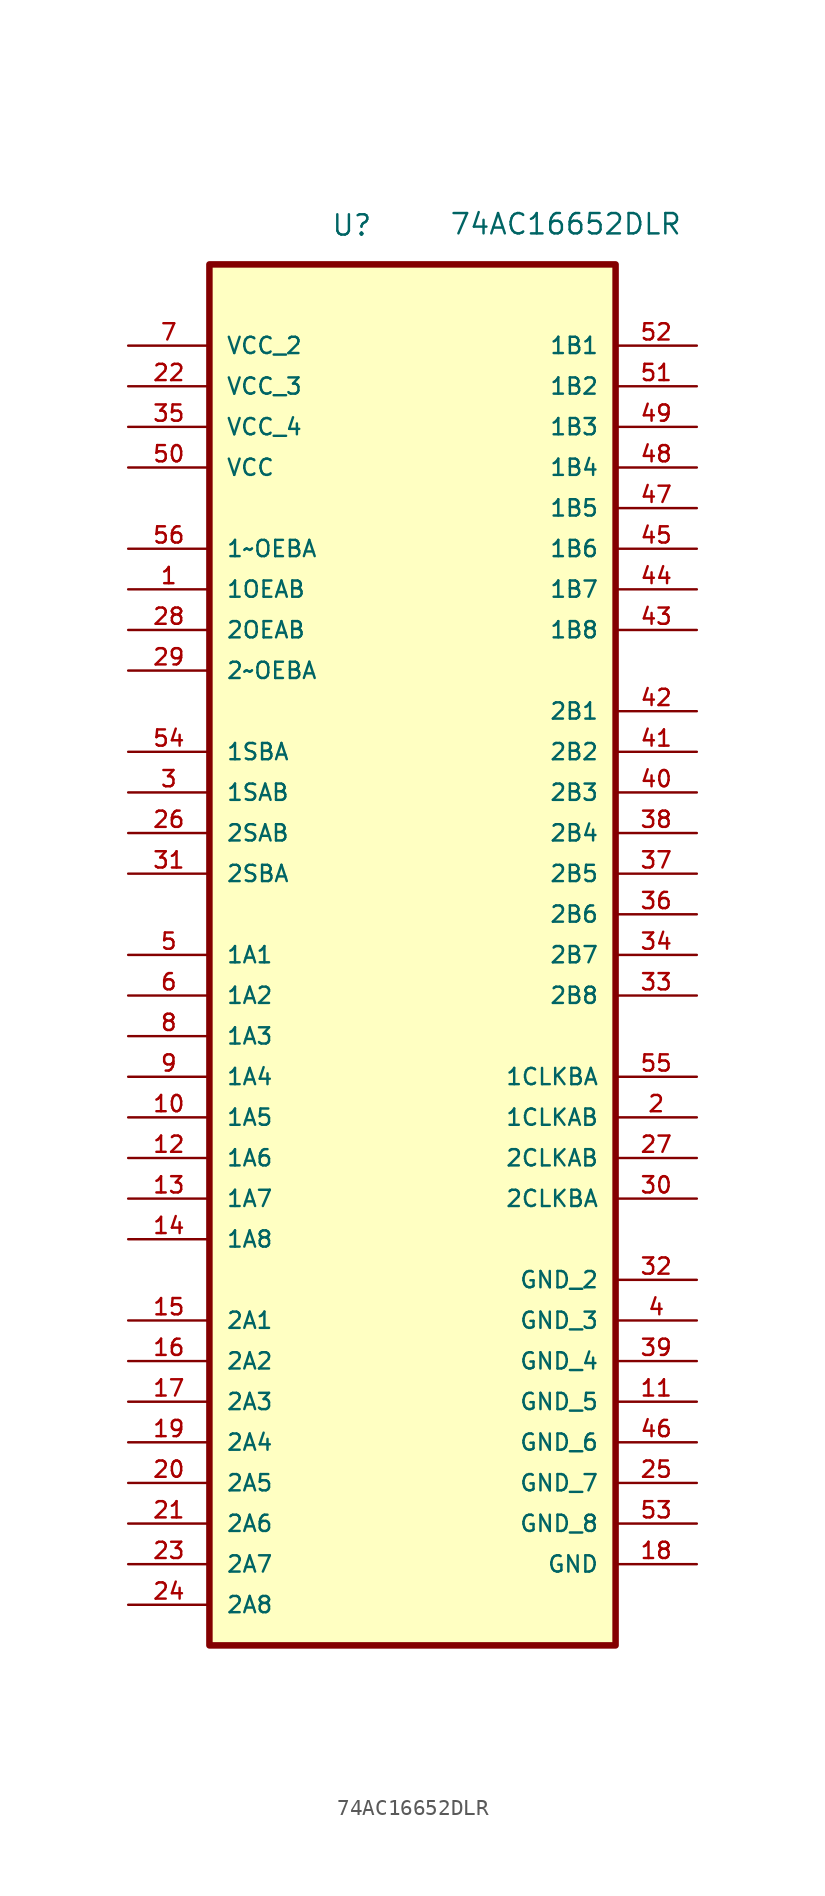
<source format=kicad_sym>
(kicad_symbol_lib
  (version 20231120)
  (generator "kicad_symbol_editor")
  (generator_version "8.0")
  (symbol "74AC16652DLR"
    (pin_names
      (offset 1.016))
    (property "Reference" "U"
      (at -5.105 60.122 0)
      (effects (font (size 1.27 1.27)) (justify left bottom)))
    (property "Value" "74AC16652DLR"
      (at 2.286 60.198 0)
      (effects (font (size 1.27 1.27)) (justify left bottom)))
    (symbol "74AC16652DLR_0_0"
      (rectangle (start -12.7 58.42) (end 12.7 -27.94) (stroke (width 0.406) (type default)) (fill (type background)))
      (pin input line (at -17.78 38.1 0) (length 5.08) (name "1OEAB" (effects (font (size 1.016 1.016)))) (number "1" (effects (font (size 1.016 1.016)))))
      (pin bidirectional line (at -17.78 5.08 0) (length 5.08) (name "1A5" (effects (font (size 1.016 1.016)))) (number "10" (effects (font (size 1.016 1.016)))))
      (pin passive line (at 17.78 -12.7 180) (length 5.08) (name "GND_5" (effects (font (size 1.016 1.016)))) (number "11" (effects (font (size 1.016 1.016)))))
      (pin bidirectional line (at -17.78 2.54 0) (length 5.08) (name "1A6" (effects (font (size 1.016 1.016)))) (number "12" (effects (font (size 1.016 1.016)))))
      (pin bidirectional line (at -17.78 0 0) (length 5.08) (name "1A7" (effects (font (size 1.016 1.016)))) (number "13" (effects (font (size 1.016 1.016)))))
      (pin bidirectional line (at -17.78 -2.54 0) (length 5.08) (name "1A8" (effects (font (size 1.016 1.016)))) (number "14" (effects (font (size 1.016 1.016)))))
      (pin bidirectional line (at -17.78 -7.62 0) (length 5.08) (name "2A1" (effects (font (size 1.016 1.016)))) (number "15" (effects (font (size 1.016 1.016)))))
      (pin bidirectional line (at -17.78 -10.16 0) (length 5.08) (name "2A2" (effects (font (size 1.016 1.016)))) (number "16" (effects (font (size 1.016 1.016)))))
      (pin bidirectional line (at -17.78 -12.7 0) (length 5.08) (name "2A3" (effects (font (size 1.016 1.016)))) (number "17" (effects (font (size 1.016 1.016)))))
      (pin passive line (at 17.78 -22.86 180) (length 5.08) (name "GND" (effects (font (size 1.016 1.016)))) (number "18" (effects (font (size 1.016 1.016)))))
      (pin bidirectional line (at -17.78 -15.24 0) (length 5.08) (name "2A4" (effects (font (size 1.016 1.016)))) (number "19" (effects (font (size 1.016 1.016)))))
      (pin input line (at 17.78 5.08 180) (length 5.08) (name "1CLKAB" (effects (font (size 1.016 1.016)))) (number "2" (effects (font (size 1.016 1.016)))))
      (pin bidirectional line (at -17.78 -17.78 0) (length 5.08) (name "2A5" (effects (font (size 1.016 1.016)))) (number "20" (effects (font (size 1.016 1.016)))))
      (pin bidirectional line (at -17.78 -20.32 0) (length 5.08) (name "2A6" (effects (font (size 1.016 1.016)))) (number "21" (effects (font (size 1.016 1.016)))))
      (pin power_in line (at -17.78 50.8 0) (length 5.08) (name "VCC_3" (effects (font (size 1.016 1.016)))) (number "22" (effects (font (size 1.016 1.016)))))
      (pin bidirectional line (at -17.78 -22.86 0) (length 5.08) (name "2A7" (effects (font (size 1.016 1.016)))) (number "23" (effects (font (size 1.016 1.016)))))
      (pin bidirectional line (at -17.78 -25.4 0) (length 5.08) (name "2A8" (effects (font (size 1.016 1.016)))) (number "24" (effects (font (size 1.016 1.016)))))
      (pin passive line (at 17.78 -17.78 180) (length 5.08) (name "GND_7" (effects (font (size 1.016 1.016)))) (number "25" (effects (font (size 1.016 1.016)))))
      (pin input line (at -17.78 22.86 0) (length 5.08) (name "2SAB" (effects (font (size 1.016 1.016)))) (number "26" (effects (font (size 1.016 1.016)))))
      (pin input line (at 17.78 2.54 180) (length 5.08) (name "2CLKAB" (effects (font (size 1.016 1.016)))) (number "27" (effects (font (size 1.016 1.016)))))
      (pin input line (at -17.78 35.56 0) (length 5.08) (name "2OEAB" (effects (font (size 1.016 1.016)))) (number "28" (effects (font (size 1.016 1.016)))))
      (pin input line (at -17.78 33.02 0) (length 5.08) (name "2~OEBA" (effects (font (size 1.016 1.016)))) (number "29" (effects (font (size 1.016 1.016)))))
      (pin input line (at -17.78 25.4 0) (length 5.08) (name "1SAB" (effects (font (size 1.016 1.016)))) (number "3" (effects (font (size 1.016 1.016)))))
      (pin input line (at 17.78 0 180) (length 5.08) (name "2CLKBA" (effects (font (size 1.016 1.016)))) (number "30" (effects (font (size 1.016 1.016)))))
      (pin input line (at -17.78 20.32 0) (length 5.08) (name "2SBA" (effects (font (size 1.016 1.016)))) (number "31" (effects (font (size 1.016 1.016)))))
      (pin passive line (at 17.78 -5.08 180) (length 5.08) (name "GND_2" (effects (font (size 1.016 1.016)))) (number "32" (effects (font (size 1.016 1.016)))))
      (pin bidirectional line (at 17.78 12.7 180) (length 5.08) (name "2B8" (effects (font (size 1.016 1.016)))) (number "33" (effects (font (size 1.016 1.016)))))
      (pin bidirectional line (at 17.78 15.24 180) (length 5.08) (name "2B7" (effects (font (size 1.016 1.016)))) (number "34" (effects (font (size 1.016 1.016)))))
      (pin power_in line (at -17.78 48.26 0) (length 5.08) (name "VCC_4" (effects (font (size 1.016 1.016)))) (number "35" (effects (font (size 1.016 1.016)))))
      (pin bidirectional line (at 17.78 17.78 180) (length 5.08) (name "2B6" (effects (font (size 1.016 1.016)))) (number "36" (effects (font (size 1.016 1.016)))))
      (pin bidirectional line (at 17.78 20.32 180) (length 5.08) (name "2B5" (effects (font (size 1.016 1.016)))) (number "37" (effects (font (size 1.016 1.016)))))
      (pin bidirectional line (at 17.78 22.86 180) (length 5.08) (name "2B4" (effects (font (size 1.016 1.016)))) (number "38" (effects (font (size 1.016 1.016)))))
      (pin passive line (at 17.78 -10.16 180) (length 5.08) (name "GND_4" (effects (font (size 1.016 1.016)))) (number "39" (effects (font (size 1.016 1.016)))))
      (pin passive line (at 17.78 -7.62 180) (length 5.08) (name "GND_3" (effects (font (size 1.016 1.016)))) (number "4" (effects (font (size 1.016 1.016)))))
      (pin bidirectional line (at 17.78 25.4 180) (length 5.08) (name "2B3" (effects (font (size 1.016 1.016)))) (number "40" (effects (font (size 1.016 1.016)))))
      (pin bidirectional line (at 17.78 27.94 180) (length 5.08) (name "2B2" (effects (font (size 1.016 1.016)))) (number "41" (effects (font (size 1.016 1.016)))))
      (pin bidirectional line (at 17.78 30.48 180) (length 5.08) (name "2B1" (effects (font (size 1.016 1.016)))) (number "42" (effects (font (size 1.016 1.016)))))
      (pin bidirectional line (at 17.78 35.56 180) (length 5.08) (name "1B8" (effects (font (size 1.016 1.016)))) (number "43" (effects (font (size 1.016 1.016)))))
      (pin bidirectional line (at 17.78 38.1 180) (length 5.08) (name "1B7" (effects (font (size 1.016 1.016)))) (number "44" (effects (font (size 1.016 1.016)))))
      (pin bidirectional line (at 17.78 40.64 180) (length 5.08) (name "1B6" (effects (font (size 1.016 1.016)))) (number "45" (effects (font (size 1.016 1.016)))))
      (pin passive line (at 17.78 -15.24 180) (length 5.08) (name "GND_6" (effects (font (size 1.016 1.016)))) (number "46" (effects (font (size 1.016 1.016)))))
      (pin bidirectional line (at 17.78 43.18 180) (length 5.08) (name "1B5" (effects (font (size 1.016 1.016)))) (number "47" (effects (font (size 1.016 1.016)))))
      (pin bidirectional line (at 17.78 45.72 180) (length 5.08) (name "1B4" (effects (font (size 1.016 1.016)))) (number "48" (effects (font (size 1.016 1.016)))))
      (pin bidirectional line (at 17.78 48.26 180) (length 5.08) (name "1B3" (effects (font (size 1.016 1.016)))) (number "49" (effects (font (size 1.016 1.016)))))
      (pin bidirectional line (at -17.78 15.24 0) (length 5.08) (name "1A1" (effects (font (size 1.016 1.016)))) (number "5" (effects (font (size 1.016 1.016)))))
      (pin power_in line (at -17.78 45.72 0) (length 5.08) (name "VCC" (effects (font (size 1.016 1.016)))) (number "50" (effects (font (size 1.016 1.016)))))
      (pin bidirectional line (at 17.78 50.8 180) (length 5.08) (name "1B2" (effects (font (size 1.016 1.016)))) (number "51" (effects (font (size 1.016 1.016)))))
      (pin bidirectional line (at 17.78 53.34 180) (length 5.08) (name "1B1" (effects (font (size 1.016 1.016)))) (number "52" (effects (font (size 1.016 1.016)))))
      (pin passive line (at 17.78 -20.32 180) (length 5.08) (name "GND_8" (effects (font (size 1.016 1.016)))) (number "53" (effects (font (size 1.016 1.016)))))
      (pin input line (at -17.78 27.94 0) (length 5.08) (name "1SBA" (effects (font (size 1.016 1.016)))) (number "54" (effects (font (size 1.016 1.016)))))
      (pin input line (at 17.78 7.62 180) (length 5.08) (name "1CLKBA" (effects (font (size 1.016 1.016)))) (number "55" (effects (font (size 1.016 1.016)))))
      (pin input line (at -17.78 40.64 0) (length 5.08) (name "1~OEBA" (effects (font (size 1.016 1.016)))) (number "56" (effects (font (size 1.016 1.016)))))
      (pin bidirectional line (at -17.78 12.7 0) (length 5.08) (name "1A2" (effects (font (size 1.016 1.016)))) (number "6" (effects (font (size 1.016 1.016)))))
      (pin power_in line (at -17.78 53.34 0) (length 5.08) (name "VCC_2" (effects (font (size 1.016 1.016)))) (number "7" (effects (font (size 1.016 1.016)))))
      (pin bidirectional line (at -17.78 10.16 0) (length 5.08) (name "1A3" (effects (font (size 1.016 1.016)))) (number "8" (effects (font (size 1.016 1.016)))))
      (pin bidirectional line (at -17.78 7.62 0) (length 5.08) (name "1A4" (effects (font (size 1.016 1.016)))) (number "9" (effects (font (size 1.016 1.016))))))))
</source>
